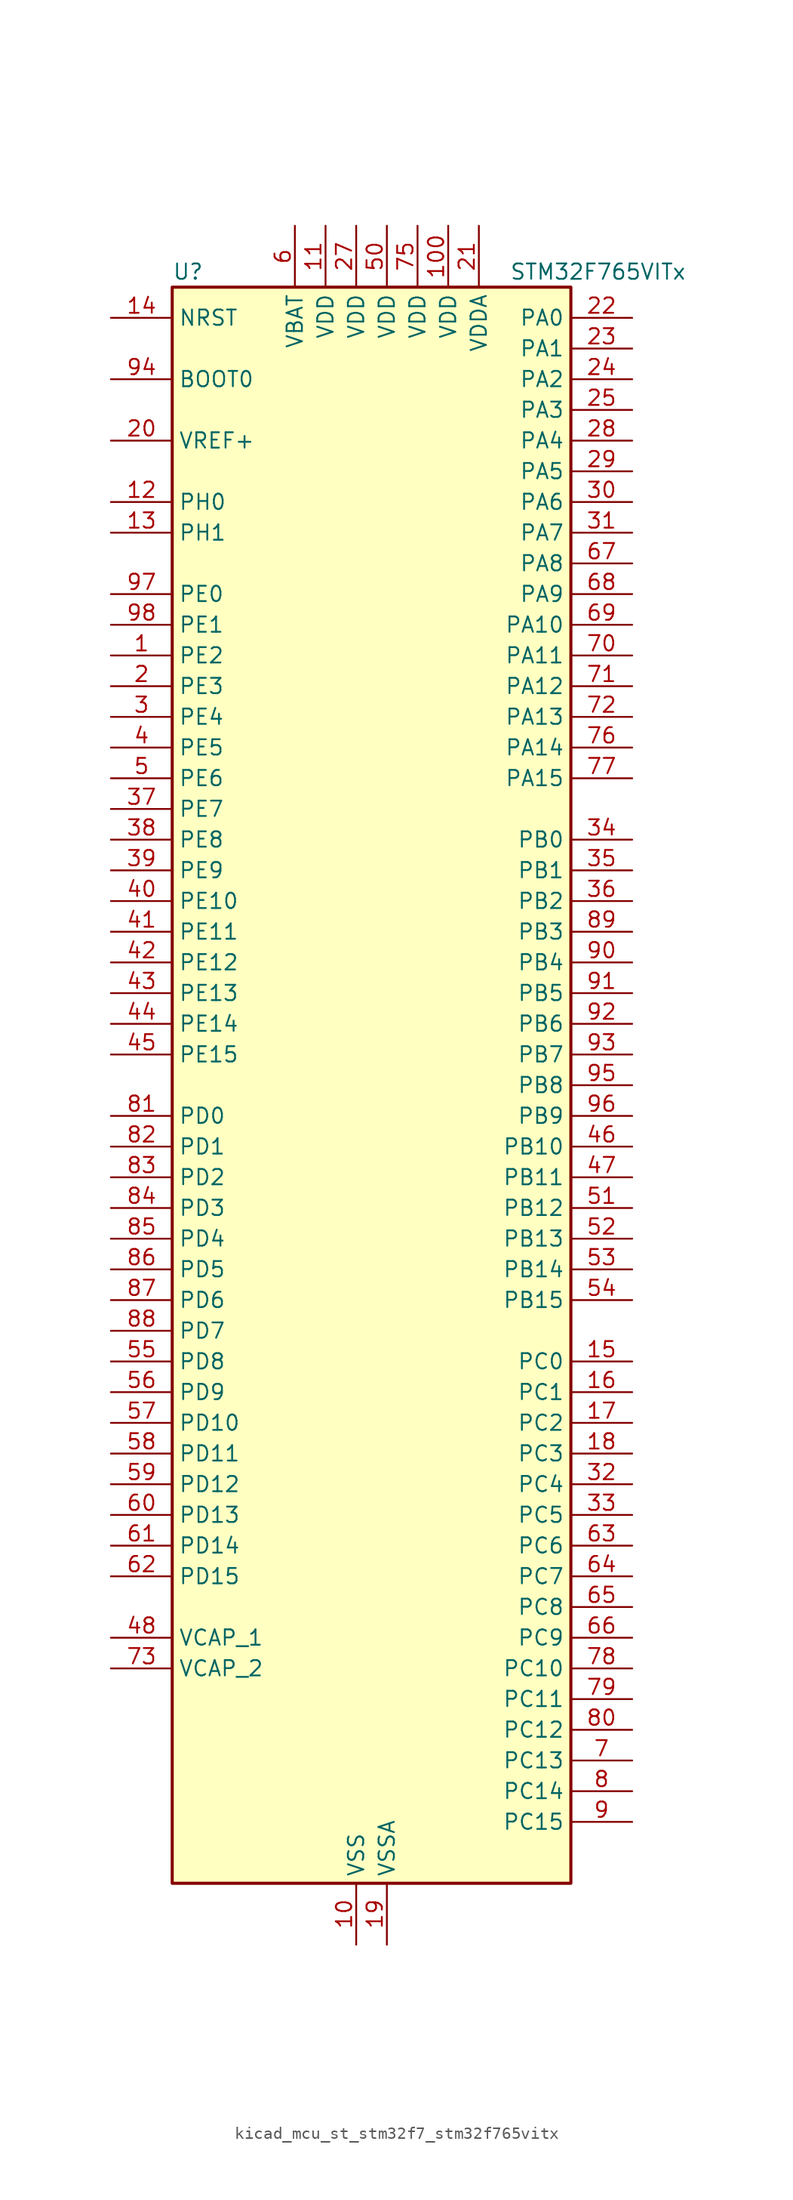
<source format=kicad_sym>
(kicad_symbol_lib
  (version 20220914)
  (generator kicad_symbol_editor)
  (symbol "kicad_mcu_st_stm32f7_stm32f765vitx"
    (property "Reference" "U"
      (at -15.24 67.31 0)
      (effects (font (size 1.27 1.27)) (justify left)))
    (property "Value" "STM32F765VITx"
      (at 12.7 67.31 0)
      (effects (font (size 1.27 1.27)) (justify left)))
    (property "ki_locked" ""
      (at 0 0 0)
      (effects (font (size 1.27 1.27))))
    (symbol "kicad_mcu_st_stm32f7_stm32f765vitx_0_1"
      (rectangle (start -15.24 -66.04) (end 17.78 66.04) (stroke (width 0.254) (type default)) (fill (type background))))
    (symbol "kicad_mcu_st_stm32f7_stm32f765vitx_1_1"
      (pin bidirectional line (at -20.32 35.56 0) (length 5.08) (name "PE2" (effects (font (size 1.27 1.27)))) (number "1" (effects (font (size 1.27 1.27)))) (alternate "ETH_TXD3" bidirectional line) (alternate "FMC_A23" bidirectional line) (alternate "QUADSPI_BK1_IO2" bidirectional line) (alternate "SAI1_MCLK_A" bidirectional line) (alternate "SPI4_SCK" bidirectional line) (alternate "SYS_TRACECLK" bidirectional line))
      (pin power_in line (at 0 -71.12 90) (length 5.08) (name "VSS" (effects (font (size 1.27 1.27)))) (number "10" (effects (font (size 1.27 1.27)))))
      (pin power_in line (at 7.62 71.12 270) (length 5.08) (name "VDD" (effects (font (size 1.27 1.27)))) (number "100" (effects (font (size 1.27 1.27)))))
      (pin power_in line (at -2.54 71.12 270) (length 5.08) (name "VDD" (effects (font (size 1.27 1.27)))) (number "11" (effects (font (size 1.27 1.27)))))
      (pin bidirectional line (at -20.32 48.26 0) (length 5.08) (name "PH0" (effects (font (size 1.27 1.27)))) (number "12" (effects (font (size 1.27 1.27)))) (alternate "RCC_OSC_IN" bidirectional line))
      (pin bidirectional line (at -20.32 45.72 0) (length 5.08) (name "PH1" (effects (font (size 1.27 1.27)))) (number "13" (effects (font (size 1.27 1.27)))) (alternate "RCC_OSC_OUT" bidirectional line))
      (pin input line (at -20.32 63.5 0) (length 5.08) (name "NRST" (effects (font (size 1.27 1.27)))) (number "14" (effects (font (size 1.27 1.27)))))
      (pin bidirectional line (at 22.86 -22.86 180) (length 5.08) (name "PC0" (effects (font (size 1.27 1.27)))) (number "15" (effects (font (size 1.27 1.27)))) (alternate "ADC1_IN10" bidirectional line) (alternate "ADC2_IN10" bidirectional line) (alternate "ADC3_IN10" bidirectional line) (alternate "DFSDM1_CKIN0" bidirectional line) (alternate "DFSDM1_DATIN4" bidirectional line) (alternate "FMC_SDNWE" bidirectional line) (alternate "SAI2_FS_B" bidirectional line) (alternate "USB_OTG_HS_ULPI_STP" bidirectional line))
      (pin bidirectional line (at 22.86 -25.4 180) (length 5.08) (name "PC1" (effects (font (size 1.27 1.27)))) (number "16" (effects (font (size 1.27 1.27)))) (alternate "ADC1_IN11" bidirectional line) (alternate "ADC2_IN11" bidirectional line) (alternate "ADC3_IN11" bidirectional line) (alternate "DFSDM1_CKIN4" bidirectional line) (alternate "DFSDM1_DATIN0" bidirectional line) (alternate "ETH_MDC" bidirectional line) (alternate "I2S2_SD" bidirectional line) (alternate "MDIOS_MDC" bidirectional line) (alternate "RTC_TAMP3" bidirectional line) (alternate "RTC_TS" bidirectional line) (alternate "SAI1_SD_A" bidirectional line) (alternate "SPI2_MOSI" bidirectional line) (alternate "SYS_TRACED0" bidirectional line) (alternate "SYS_WKUP3" bidirectional line))
      (pin bidirectional line (at 22.86 -27.94 180) (length 5.08) (name "PC2" (effects (font (size 1.27 1.27)))) (number "17" (effects (font (size 1.27 1.27)))) (alternate "ADC1_IN12" bidirectional line) (alternate "ADC2_IN12" bidirectional line) (alternate "ADC3_IN12" bidirectional line) (alternate "DFSDM1_CKIN1" bidirectional line) (alternate "DFSDM1_CKOUT" bidirectional line) (alternate "ETH_TXD2" bidirectional line) (alternate "FMC_SDNE0" bidirectional line) (alternate "SPI2_MISO" bidirectional line) (alternate "USB_OTG_HS_ULPI_DIR" bidirectional line))
      (pin bidirectional line (at 22.86 -30.48 180) (length 5.08) (name "PC3" (effects (font (size 1.27 1.27)))) (number "18" (effects (font (size 1.27 1.27)))) (alternate "ADC1_IN13" bidirectional line) (alternate "ADC2_IN13" bidirectional line) (alternate "ADC3_IN13" bidirectional line) (alternate "DFSDM1_DATIN1" bidirectional line) (alternate "ETH_TX_CLK" bidirectional line) (alternate "FMC_SDCKE0" bidirectional line) (alternate "I2S2_SD" bidirectional line) (alternate "SPI2_MOSI" bidirectional line) (alternate "USB_OTG_HS_ULPI_NXT" bidirectional line))
      (pin power_in line (at 2.54 -71.12 90) (length 5.08) (name "VSSA" (effects (font (size 1.27 1.27)))) (number "19" (effects (font (size 1.27 1.27)))))
      (pin bidirectional line (at -20.32 33.02 0) (length 5.08) (name "PE3" (effects (font (size 1.27 1.27)))) (number "2" (effects (font (size 1.27 1.27)))) (alternate "FMC_A19" bidirectional line) (alternate "SAI1_SD_B" bidirectional line) (alternate "SYS_TRACED0" bidirectional line))
      (pin input line (at -20.32 53.34 0) (length 5.08) (name "VREF+" (effects (font (size 1.27 1.27)))) (number "20" (effects (font (size 1.27 1.27)))))
      (pin power_in line (at 10.16 71.12 270) (length 5.08) (name "VDDA" (effects (font (size 1.27 1.27)))) (number "21" (effects (font (size 1.27 1.27)))))
      (pin bidirectional line (at 22.86 63.5 180) (length 5.08) (name "PA0" (effects (font (size 1.27 1.27)))) (number "22" (effects (font (size 1.27 1.27)))) (alternate "ADC1_IN0" bidirectional line) (alternate "ADC2_IN0" bidirectional line) (alternate "ADC3_IN0" bidirectional line) (alternate "ETH_CRS" bidirectional line) (alternate "SAI2_SD_B" bidirectional line) (alternate "SYS_WKUP1" bidirectional line) (alternate "TIM2_CH1" bidirectional line) (alternate "TIM2_ETR" bidirectional line) (alternate "TIM5_CH1" bidirectional line) (alternate "TIM8_ETR" bidirectional line) (alternate "UART4_TX" bidirectional line) (alternate "USART2_CTS" bidirectional line))
      (pin bidirectional line (at 22.86 60.96 180) (length 5.08) (name "PA1" (effects (font (size 1.27 1.27)))) (number "23" (effects (font (size 1.27 1.27)))) (alternate "ADC1_IN1" bidirectional line) (alternate "ADC2_IN1" bidirectional line) (alternate "ADC3_IN1" bidirectional line) (alternate "ETH_REF_CLK" bidirectional line) (alternate "ETH_RX_CLK" bidirectional line) (alternate "QUADSPI_BK1_IO3" bidirectional line) (alternate "SAI2_MCLK_B" bidirectional line) (alternate "TIM2_CH2" bidirectional line) (alternate "TIM5_CH2" bidirectional line) (alternate "UART4_RX" bidirectional line) (alternate "USART2_DE" bidirectional line) (alternate "USART2_RTS" bidirectional line))
      (pin bidirectional line (at 22.86 58.42 180) (length 5.08) (name "PA2" (effects (font (size 1.27 1.27)))) (number "24" (effects (font (size 1.27 1.27)))) (alternate "ADC1_IN2" bidirectional line) (alternate "ADC2_IN2" bidirectional line) (alternate "ADC3_IN2" bidirectional line) (alternate "ETH_MDIO" bidirectional line) (alternate "MDIOS_MDIO" bidirectional line) (alternate "SAI2_SCK_B" bidirectional line) (alternate "SYS_WKUP2" bidirectional line) (alternate "TIM2_CH3" bidirectional line) (alternate "TIM5_CH3" bidirectional line) (alternate "TIM9_CH1" bidirectional line) (alternate "USART2_TX" bidirectional line))
      (pin bidirectional line (at 22.86 55.88 180) (length 5.08) (name "PA3" (effects (font (size 1.27 1.27)))) (number "25" (effects (font (size 1.27 1.27)))) (alternate "ADC1_IN3" bidirectional line) (alternate "ADC2_IN3" bidirectional line) (alternate "ADC3_IN3" bidirectional line) (alternate "ETH_COL" bidirectional line) (alternate "TIM2_CH4" bidirectional line) (alternate "TIM5_CH4" bidirectional line) (alternate "TIM9_CH2" bidirectional line) (alternate "USART2_RX" bidirectional line) (alternate "USB_OTG_HS_ULPI_D0" bidirectional line))
      (pin passive line (at 0 -71.12 90) (length 5.08) hide (name "VSS" (effects (font (size 1.27 1.27)))) (number "26" (effects (font (size 1.27 1.27)))))
      (pin power_in line (at 0 71.12 270) (length 5.08) (name "VDD" (effects (font (size 1.27 1.27)))) (number "27" (effects (font (size 1.27 1.27)))))
      (pin bidirectional line (at 22.86 53.34 180) (length 5.08) (name "PA4" (effects (font (size 1.27 1.27)))) (number "28" (effects (font (size 1.27 1.27)))) (alternate "ADC1_IN4" bidirectional line) (alternate "ADC2_IN4" bidirectional line) (alternate "DAC_OUT1" bidirectional line) (alternate "DCMI_HSYNC" bidirectional line) (alternate "I2S1_WS" bidirectional line) (alternate "I2S3_WS" bidirectional line) (alternate "SPI1_NSS" bidirectional line) (alternate "SPI3_NSS" bidirectional line) (alternate "SPI6_NSS" bidirectional line) (alternate "USART2_CK" bidirectional line) (alternate "USB_OTG_HS_SOF" bidirectional line))
      (pin bidirectional line (at 22.86 50.8 180) (length 5.08) (name "PA5" (effects (font (size 1.27 1.27)))) (number "29" (effects (font (size 1.27 1.27)))) (alternate "ADC1_IN5" bidirectional line) (alternate "ADC2_IN5" bidirectional line) (alternate "DAC_OUT2" bidirectional line) (alternate "I2S1_CK" bidirectional line) (alternate "SPI1_SCK" bidirectional line) (alternate "SPI6_SCK" bidirectional line) (alternate "TIM2_CH1" bidirectional line) (alternate "TIM2_ETR" bidirectional line) (alternate "TIM8_CH1N" bidirectional line) (alternate "USB_OTG_HS_ULPI_CK" bidirectional line))
      (pin bidirectional line (at -20.32 30.48 0) (length 5.08) (name "PE4" (effects (font (size 1.27 1.27)))) (number "3" (effects (font (size 1.27 1.27)))) (alternate "DCMI_D4" bidirectional line) (alternate "DFSDM1_DATIN3" bidirectional line) (alternate "FMC_A20" bidirectional line) (alternate "SAI1_FS_A" bidirectional line) (alternate "SPI4_NSS" bidirectional line) (alternate "SYS_TRACED1" bidirectional line))
      (pin bidirectional line (at 22.86 48.26 180) (length 5.08) (name "PA6" (effects (font (size 1.27 1.27)))) (number "30" (effects (font (size 1.27 1.27)))) (alternate "ADC1_IN6" bidirectional line) (alternate "ADC2_IN6" bidirectional line) (alternate "DCMI_PIXCLK" bidirectional line) (alternate "MDIOS_MDC" bidirectional line) (alternate "SPI1_MISO" bidirectional line) (alternate "SPI6_MISO" bidirectional line) (alternate "TIM13_CH1" bidirectional line) (alternate "TIM1_BKIN" bidirectional line) (alternate "TIM3_CH1" bidirectional line) (alternate "TIM8_BKIN" bidirectional line))
      (pin bidirectional line (at 22.86 45.72 180) (length 5.08) (name "PA7" (effects (font (size 1.27 1.27)))) (number "31" (effects (font (size 1.27 1.27)))) (alternate "ADC1_IN7" bidirectional line) (alternate "ADC2_IN7" bidirectional line) (alternate "ETH_CRS_DV" bidirectional line) (alternate "ETH_RX_DV" bidirectional line) (alternate "FMC_SDNWE" bidirectional line) (alternate "I2S1_SD" bidirectional line) (alternate "SPI1_MOSI" bidirectional line) (alternate "SPI6_MOSI" bidirectional line) (alternate "TIM14_CH1" bidirectional line) (alternate "TIM1_CH1N" bidirectional line) (alternate "TIM3_CH2" bidirectional line) (alternate "TIM8_CH1N" bidirectional line))
      (pin bidirectional line (at 22.86 -33.02 180) (length 5.08) (name "PC4" (effects (font (size 1.27 1.27)))) (number "32" (effects (font (size 1.27 1.27)))) (alternate "ADC1_IN14" bidirectional line) (alternate "ADC2_IN14" bidirectional line) (alternate "DFSDM1_CKIN2" bidirectional line) (alternate "ETH_RXD0" bidirectional line) (alternate "FMC_SDNE0" bidirectional line) (alternate "I2S1_MCK" bidirectional line) (alternate "SPDIFRX_IN2" bidirectional line))
      (pin bidirectional line (at 22.86 -35.56 180) (length 5.08) (name "PC5" (effects (font (size 1.27 1.27)))) (number "33" (effects (font (size 1.27 1.27)))) (alternate "ADC1_IN15" bidirectional line) (alternate "ADC2_IN15" bidirectional line) (alternate "DFSDM1_DATIN2" bidirectional line) (alternate "ETH_RXD1" bidirectional line) (alternate "FMC_SDCKE0" bidirectional line) (alternate "SPDIFRX_IN3" bidirectional line))
      (pin bidirectional line (at 22.86 20.32 180) (length 5.08) (name "PB0" (effects (font (size 1.27 1.27)))) (number "34" (effects (font (size 1.27 1.27)))) (alternate "ADC1_IN8" bidirectional line) (alternate "ADC2_IN8" bidirectional line) (alternate "DFSDM1_CKOUT" bidirectional line) (alternate "ETH_RXD2" bidirectional line) (alternate "TIM1_CH2N" bidirectional line) (alternate "TIM3_CH3" bidirectional line) (alternate "TIM8_CH2N" bidirectional line) (alternate "UART4_CTS" bidirectional line) (alternate "USB_OTG_HS_ULPI_D1" bidirectional line))
      (pin bidirectional line (at 22.86 17.78 180) (length 5.08) (name "PB1" (effects (font (size 1.27 1.27)))) (number "35" (effects (font (size 1.27 1.27)))) (alternate "ADC1_IN9" bidirectional line) (alternate "ADC2_IN9" bidirectional line) (alternate "DFSDM1_DATIN1" bidirectional line) (alternate "ETH_RXD3" bidirectional line) (alternate "TIM1_CH3N" bidirectional line) (alternate "TIM3_CH4" bidirectional line) (alternate "TIM8_CH3N" bidirectional line) (alternate "USB_OTG_HS_ULPI_D2" bidirectional line))
      (pin bidirectional line (at 22.86 15.24 180) (length 5.08) (name "PB2" (effects (font (size 1.27 1.27)))) (number "36" (effects (font (size 1.27 1.27)))) (alternate "DFSDM1_CKIN1" bidirectional line) (alternate "I2S3_SD" bidirectional line) (alternate "QUADSPI_CLK" bidirectional line) (alternate "SAI1_SD_A" bidirectional line) (alternate "SPI3_MOSI" bidirectional line))
      (pin bidirectional line (at -20.32 22.86 0) (length 5.08) (name "PE7" (effects (font (size 1.27 1.27)))) (number "37" (effects (font (size 1.27 1.27)))) (alternate "DFSDM1_DATIN2" bidirectional line) (alternate "FMC_D4" bidirectional line) (alternate "FMC_DA4" bidirectional line) (alternate "QUADSPI_BK2_IO0" bidirectional line) (alternate "TIM1_ETR" bidirectional line) (alternate "UART7_RX" bidirectional line))
      (pin bidirectional line (at -20.32 20.32 0) (length 5.08) (name "PE8" (effects (font (size 1.27 1.27)))) (number "38" (effects (font (size 1.27 1.27)))) (alternate "DFSDM1_CKIN2" bidirectional line) (alternate "FMC_D5" bidirectional line) (alternate "FMC_DA5" bidirectional line) (alternate "QUADSPI_BK2_IO1" bidirectional line) (alternate "TIM1_CH1N" bidirectional line) (alternate "UART7_TX" bidirectional line))
      (pin bidirectional line (at -20.32 17.78 0) (length 5.08) (name "PE9" (effects (font (size 1.27 1.27)))) (number "39" (effects (font (size 1.27 1.27)))) (alternate "DAC_EXTI9" bidirectional line) (alternate "DFSDM1_CKOUT" bidirectional line) (alternate "FMC_D6" bidirectional line) (alternate "FMC_DA6" bidirectional line) (alternate "QUADSPI_BK2_IO2" bidirectional line) (alternate "TIM1_CH1" bidirectional line) (alternate "UART7_DE" bidirectional line) (alternate "UART7_RTS" bidirectional line))
      (pin bidirectional line (at -20.32 27.94 0) (length 5.08) (name "PE5" (effects (font (size 1.27 1.27)))) (number "4" (effects (font (size 1.27 1.27)))) (alternate "DCMI_D6" bidirectional line) (alternate "DFSDM1_CKIN3" bidirectional line) (alternate "FMC_A21" bidirectional line) (alternate "SAI1_SCK_A" bidirectional line) (alternate "SPI4_MISO" bidirectional line) (alternate "SYS_TRACED2" bidirectional line) (alternate "TIM9_CH1" bidirectional line))
      (pin bidirectional line (at -20.32 15.24 0) (length 5.08) (name "PE10" (effects (font (size 1.27 1.27)))) (number "40" (effects (font (size 1.27 1.27)))) (alternate "DFSDM1_DATIN4" bidirectional line) (alternate "FMC_D7" bidirectional line) (alternate "FMC_DA7" bidirectional line) (alternate "QUADSPI_BK2_IO3" bidirectional line) (alternate "TIM1_CH2N" bidirectional line) (alternate "UART7_CTS" bidirectional line))
      (pin bidirectional line (at -20.32 12.7 0) (length 5.08) (name "PE11" (effects (font (size 1.27 1.27)))) (number "41" (effects (font (size 1.27 1.27)))) (alternate "ADC1_EXTI11" bidirectional line) (alternate "ADC2_EXTI11" bidirectional line) (alternate "ADC3_EXTI11" bidirectional line) (alternate "DFSDM1_CKIN4" bidirectional line) (alternate "FMC_D8" bidirectional line) (alternate "FMC_DA8" bidirectional line) (alternate "SAI2_SD_B" bidirectional line) (alternate "SPI4_NSS" bidirectional line) (alternate "TIM1_CH2" bidirectional line))
      (pin bidirectional line (at -20.32 10.16 0) (length 5.08) (name "PE12" (effects (font (size 1.27 1.27)))) (number "42" (effects (font (size 1.27 1.27)))) (alternate "DFSDM1_DATIN5" bidirectional line) (alternate "FMC_D9" bidirectional line) (alternate "FMC_DA9" bidirectional line) (alternate "SAI2_SCK_B" bidirectional line) (alternate "SPI4_SCK" bidirectional line) (alternate "TIM1_CH3N" bidirectional line))
      (pin bidirectional line (at -20.32 7.62 0) (length 5.08) (name "PE13" (effects (font (size 1.27 1.27)))) (number "43" (effects (font (size 1.27 1.27)))) (alternate "DFSDM1_CKIN5" bidirectional line) (alternate "FMC_D10" bidirectional line) (alternate "FMC_DA10" bidirectional line) (alternate "SAI2_FS_B" bidirectional line) (alternate "SPI4_MISO" bidirectional line) (alternate "TIM1_CH3" bidirectional line))
      (pin bidirectional line (at -20.32 5.08 0) (length 5.08) (name "PE14" (effects (font (size 1.27 1.27)))) (number "44" (effects (font (size 1.27 1.27)))) (alternate "FMC_D11" bidirectional line) (alternate "FMC_DA11" bidirectional line) (alternate "SAI2_MCLK_B" bidirectional line) (alternate "SPI4_MOSI" bidirectional line) (alternate "TIM1_CH4" bidirectional line))
      (pin bidirectional line (at -20.32 2.54 0) (length 5.08) (name "PE15" (effects (font (size 1.27 1.27)))) (number "45" (effects (font (size 1.27 1.27)))) (alternate "FMC_D12" bidirectional line) (alternate "FMC_DA12" bidirectional line) (alternate "TIM1_BKIN" bidirectional line))
      (pin bidirectional line (at 22.86 -5.08 180) (length 5.08) (name "PB10" (effects (font (size 1.27 1.27)))) (number "46" (effects (font (size 1.27 1.27)))) (alternate "DFSDM1_DATIN7" bidirectional line) (alternate "ETH_RX_ER" bidirectional line) (alternate "I2C2_SCL" bidirectional line) (alternate "I2S2_CK" bidirectional line) (alternate "QUADSPI_BK1_NCS" bidirectional line) (alternate "SPI2_SCK" bidirectional line) (alternate "TIM2_CH3" bidirectional line) (alternate "USART3_TX" bidirectional line) (alternate "USB_OTG_HS_ULPI_D3" bidirectional line))
      (pin bidirectional line (at 22.86 -7.62 180) (length 5.08) (name "PB11" (effects (font (size 1.27 1.27)))) (number "47" (effects (font (size 1.27 1.27)))) (alternate "ADC1_EXTI11" bidirectional line) (alternate "ADC2_EXTI11" bidirectional line) (alternate "ADC3_EXTI11" bidirectional line) (alternate "DFSDM1_CKIN7" bidirectional line) (alternate "ETH_TX_EN" bidirectional line) (alternate "I2C2_SDA" bidirectional line) (alternate "TIM2_CH4" bidirectional line) (alternate "USART3_RX" bidirectional line) (alternate "USB_OTG_HS_ULPI_D4" bidirectional line))
      (pin power_out line (at -20.32 -45.72 0) (length 5.08) (name "VCAP_1" (effects (font (size 1.27 1.27)))) (number "48" (effects (font (size 1.27 1.27)))))
      (pin passive line (at 0 -71.12 90) (length 5.08) hide (name "VSS" (effects (font (size 1.27 1.27)))) (number "49" (effects (font (size 1.27 1.27)))))
      (pin bidirectional line (at -20.32 25.4 0) (length 5.08) (name "PE6" (effects (font (size 1.27 1.27)))) (number "5" (effects (font (size 1.27 1.27)))) (alternate "DCMI_D7" bidirectional line) (alternate "FMC_A22" bidirectional line) (alternate "SAI1_SD_A" bidirectional line) (alternate "SAI2_MCLK_B" bidirectional line) (alternate "SPI4_MOSI" bidirectional line) (alternate "SYS_TRACED3" bidirectional line) (alternate "TIM1_BKIN2" bidirectional line) (alternate "TIM9_CH2" bidirectional line))
      (pin power_in line (at 2.54 71.12 270) (length 5.08) (name "VDD" (effects (font (size 1.27 1.27)))) (number "50" (effects (font (size 1.27 1.27)))))
      (pin bidirectional line (at 22.86 -10.16 180) (length 5.08) (name "PB12" (effects (font (size 1.27 1.27)))) (number "51" (effects (font (size 1.27 1.27)))) (alternate "CAN2_RX" bidirectional line) (alternate "DFSDM1_DATIN1" bidirectional line) (alternate "ETH_TXD0" bidirectional line) (alternate "I2C2_SMBA" bidirectional line) (alternate "I2S2_WS" bidirectional line) (alternate "SPI2_NSS" bidirectional line) (alternate "TIM1_BKIN" bidirectional line) (alternate "UART5_RX" bidirectional line) (alternate "USART3_CK" bidirectional line) (alternate "USB_OTG_HS_ID" bidirectional line) (alternate "USB_OTG_HS_ULPI_D5" bidirectional line))
      (pin bidirectional line (at 22.86 -12.7 180) (length 5.08) (name "PB13" (effects (font (size 1.27 1.27)))) (number "52" (effects (font (size 1.27 1.27)))) (alternate "CAN2_TX" bidirectional line) (alternate "DFSDM1_CKIN1" bidirectional line) (alternate "ETH_TXD1" bidirectional line) (alternate "I2S2_CK" bidirectional line) (alternate "SPI2_SCK" bidirectional line) (alternate "TIM1_CH1N" bidirectional line) (alternate "UART5_TX" bidirectional line) (alternate "USART3_CTS" bidirectional line) (alternate "USB_OTG_HS_ULPI_D6" bidirectional line) (alternate "USB_OTG_HS_VBUS" bidirectional line))
      (pin bidirectional line (at 22.86 -15.24 180) (length 5.08) (name "PB14" (effects (font (size 1.27 1.27)))) (number "53" (effects (font (size 1.27 1.27)))) (alternate "DFSDM1_DATIN2" bidirectional line) (alternate "SDMMC2_D0" bidirectional line) (alternate "SPI2_MISO" bidirectional line) (alternate "TIM12_CH1" bidirectional line) (alternate "TIM1_CH2N" bidirectional line) (alternate "TIM8_CH2N" bidirectional line) (alternate "UART4_DE" bidirectional line) (alternate "UART4_RTS" bidirectional line) (alternate "USART1_TX" bidirectional line) (alternate "USART3_DE" bidirectional line) (alternate "USART3_RTS" bidirectional line) (alternate "USB_OTG_HS_DM" bidirectional line))
      (pin bidirectional line (at 22.86 -17.78 180) (length 5.08) (name "PB15" (effects (font (size 1.27 1.27)))) (number "54" (effects (font (size 1.27 1.27)))) (alternate "DFSDM1_CKIN2" bidirectional line) (alternate "I2S2_SD" bidirectional line) (alternate "RTC_REFIN" bidirectional line) (alternate "SDMMC2_D1" bidirectional line) (alternate "SPI2_MOSI" bidirectional line) (alternate "TIM12_CH2" bidirectional line) (alternate "TIM1_CH3N" bidirectional line) (alternate "TIM8_CH3N" bidirectional line) (alternate "UART4_CTS" bidirectional line) (alternate "USART1_RX" bidirectional line) (alternate "USB_OTG_HS_DP" bidirectional line))
      (pin bidirectional line (at -20.32 -22.86 0) (length 5.08) (name "PD8" (effects (font (size 1.27 1.27)))) (number "55" (effects (font (size 1.27 1.27)))) (alternate "DFSDM1_CKIN3" bidirectional line) (alternate "FMC_D13" bidirectional line) (alternate "FMC_DA13" bidirectional line) (alternate "SPDIFRX_IN1" bidirectional line) (alternate "USART3_TX" bidirectional line))
      (pin bidirectional line (at -20.32 -25.4 0) (length 5.08) (name "PD9" (effects (font (size 1.27 1.27)))) (number "56" (effects (font (size 1.27 1.27)))) (alternate "DAC_EXTI9" bidirectional line) (alternate "DFSDM1_DATIN3" bidirectional line) (alternate "FMC_D14" bidirectional line) (alternate "FMC_DA14" bidirectional line) (alternate "USART3_RX" bidirectional line))
      (pin bidirectional line (at -20.32 -27.94 0) (length 5.08) (name "PD10" (effects (font (size 1.27 1.27)))) (number "57" (effects (font (size 1.27 1.27)))) (alternate "DFSDM1_CKOUT" bidirectional line) (alternate "FMC_D15" bidirectional line) (alternate "FMC_DA15" bidirectional line) (alternate "USART3_CK" bidirectional line))
      (pin bidirectional line (at -20.32 -30.48 0) (length 5.08) (name "PD11" (effects (font (size 1.27 1.27)))) (number "58" (effects (font (size 1.27 1.27)))) (alternate "ADC1_EXTI11" bidirectional line) (alternate "ADC2_EXTI11" bidirectional line) (alternate "ADC3_EXTI11" bidirectional line) (alternate "FMC_A16" bidirectional line) (alternate "FMC_CLE" bidirectional line) (alternate "I2C4_SMBA" bidirectional line) (alternate "QUADSPI_BK1_IO0" bidirectional line) (alternate "SAI2_SD_A" bidirectional line) (alternate "USART3_CTS" bidirectional line))
      (pin bidirectional line (at -20.32 -33.02 0) (length 5.08) (name "PD12" (effects (font (size 1.27 1.27)))) (number "59" (effects (font (size 1.27 1.27)))) (alternate "FMC_A17" bidirectional line) (alternate "FMC_ALE" bidirectional line) (alternate "I2C4_SCL" bidirectional line) (alternate "LPTIM1_IN1" bidirectional line) (alternate "QUADSPI_BK1_IO1" bidirectional line) (alternate "SAI2_FS_A" bidirectional line) (alternate "TIM4_CH1" bidirectional line) (alternate "USART3_DE" bidirectional line) (alternate "USART3_RTS" bidirectional line))
      (pin power_in line (at -5.08 71.12 270) (length 5.08) (name "VBAT" (effects (font (size 1.27 1.27)))) (number "6" (effects (font (size 1.27 1.27)))))
      (pin bidirectional line (at -20.32 -35.56 0) (length 5.08) (name "PD13" (effects (font (size 1.27 1.27)))) (number "60" (effects (font (size 1.27 1.27)))) (alternate "FMC_A18" bidirectional line) (alternate "I2C4_SDA" bidirectional line) (alternate "LPTIM1_OUT" bidirectional line) (alternate "QUADSPI_BK1_IO3" bidirectional line) (alternate "SAI2_SCK_A" bidirectional line) (alternate "TIM4_CH2" bidirectional line))
      (pin bidirectional line (at -20.32 -38.1 0) (length 5.08) (name "PD14" (effects (font (size 1.27 1.27)))) (number "61" (effects (font (size 1.27 1.27)))) (alternate "FMC_D0" bidirectional line) (alternate "FMC_DA0" bidirectional line) (alternate "TIM4_CH3" bidirectional line) (alternate "UART8_CTS" bidirectional line))
      (pin bidirectional line (at -20.32 -40.64 0) (length 5.08) (name "PD15" (effects (font (size 1.27 1.27)))) (number "62" (effects (font (size 1.27 1.27)))) (alternate "FMC_D1" bidirectional line) (alternate "FMC_DA1" bidirectional line) (alternate "TIM4_CH4" bidirectional line) (alternate "UART8_DE" bidirectional line) (alternate "UART8_RTS" bidirectional line))
      (pin bidirectional line (at 22.86 -38.1 180) (length 5.08) (name "PC6" (effects (font (size 1.27 1.27)))) (number "63" (effects (font (size 1.27 1.27)))) (alternate "DCMI_D0" bidirectional line) (alternate "DFSDM1_CKIN3" bidirectional line) (alternate "FMC_NWAIT" bidirectional line) (alternate "I2S2_MCK" bidirectional line) (alternate "SDMMC1_D6" bidirectional line) (alternate "SDMMC2_D6" bidirectional line) (alternate "TIM3_CH1" bidirectional line) (alternate "TIM8_CH1" bidirectional line) (alternate "USART6_TX" bidirectional line))
      (pin bidirectional line (at 22.86 -40.64 180) (length 5.08) (name "PC7" (effects (font (size 1.27 1.27)))) (number "64" (effects (font (size 1.27 1.27)))) (alternate "DCMI_D1" bidirectional line) (alternate "DFSDM1_DATIN3" bidirectional line) (alternate "FMC_NE1" bidirectional line) (alternate "I2S3_MCK" bidirectional line) (alternate "SDMMC1_D7" bidirectional line) (alternate "SDMMC2_D7" bidirectional line) (alternate "TIM3_CH2" bidirectional line) (alternate "TIM8_CH2" bidirectional line) (alternate "USART6_RX" bidirectional line))
      (pin bidirectional line (at 22.86 -43.18 180) (length 5.08) (name "PC8" (effects (font (size 1.27 1.27)))) (number "65" (effects (font (size 1.27 1.27)))) (alternate "DCMI_D2" bidirectional line) (alternate "FMC_NCE" bidirectional line) (alternate "FMC_NE2" bidirectional line) (alternate "SDMMC1_D0" bidirectional line) (alternate "SYS_TRACED1" bidirectional line) (alternate "TIM3_CH3" bidirectional line) (alternate "TIM8_CH3" bidirectional line) (alternate "UART5_DE" bidirectional line) (alternate "UART5_RTS" bidirectional line) (alternate "USART6_CK" bidirectional line))
      (pin bidirectional line (at 22.86 -45.72 180) (length 5.08) (name "PC9" (effects (font (size 1.27 1.27)))) (number "66" (effects (font (size 1.27 1.27)))) (alternate "DAC_EXTI9" bidirectional line) (alternate "DCMI_D3" bidirectional line) (alternate "I2C3_SDA" bidirectional line) (alternate "I2S_CKIN" bidirectional line) (alternate "QUADSPI_BK1_IO0" bidirectional line) (alternate "RCC_MCO_2" bidirectional line) (alternate "SDMMC1_D1" bidirectional line) (alternate "TIM3_CH4" bidirectional line) (alternate "TIM8_CH4" bidirectional line) (alternate "UART5_CTS" bidirectional line))
      (pin bidirectional line (at 22.86 43.18 180) (length 5.08) (name "PA8" (effects (font (size 1.27 1.27)))) (number "67" (effects (font (size 1.27 1.27)))) (alternate "CAN3_RX" bidirectional line) (alternate "I2C3_SCL" bidirectional line) (alternate "RCC_MCO_1" bidirectional line) (alternate "TIM1_CH1" bidirectional line) (alternate "TIM8_BKIN2" bidirectional line) (alternate "UART7_RX" bidirectional line) (alternate "USART1_CK" bidirectional line) (alternate "USB_OTG_FS_SOF" bidirectional line))
      (pin bidirectional line (at 22.86 40.64 180) (length 5.08) (name "PA9" (effects (font (size 1.27 1.27)))) (number "68" (effects (font (size 1.27 1.27)))) (alternate "DAC_EXTI9" bidirectional line) (alternate "DCMI_D0" bidirectional line) (alternate "I2C3_SMBA" bidirectional line) (alternate "I2S2_CK" bidirectional line) (alternate "SPI2_SCK" bidirectional line) (alternate "TIM1_CH2" bidirectional line) (alternate "USART1_TX" bidirectional line) (alternate "USB_OTG_FS_VBUS" bidirectional line))
      (pin bidirectional line (at 22.86 38.1 180) (length 5.08) (name "PA10" (effects (font (size 1.27 1.27)))) (number "69" (effects (font (size 1.27 1.27)))) (alternate "DCMI_D1" bidirectional line) (alternate "MDIOS_MDIO" bidirectional line) (alternate "TIM1_CH3" bidirectional line) (alternate "USART1_RX" bidirectional line) (alternate "USB_OTG_FS_ID" bidirectional line))
      (pin bidirectional line (at 22.86 -55.88 180) (length 5.08) (name "PC13" (effects (font (size 1.27 1.27)))) (number "7" (effects (font (size 1.27 1.27)))) (alternate "RTC_OUT" bidirectional line) (alternate "RTC_TAMP1" bidirectional line) (alternate "RTC_TS" bidirectional line) (alternate "SYS_WKUP4" bidirectional line))
      (pin bidirectional line (at 22.86 35.56 180) (length 5.08) (name "PA11" (effects (font (size 1.27 1.27)))) (number "70" (effects (font (size 1.27 1.27)))) (alternate "ADC1_EXTI11" bidirectional line) (alternate "ADC2_EXTI11" bidirectional line) (alternate "ADC3_EXTI11" bidirectional line) (alternate "CAN1_RX" bidirectional line) (alternate "I2S2_WS" bidirectional line) (alternate "SPI2_NSS" bidirectional line) (alternate "TIM1_CH4" bidirectional line) (alternate "UART4_RX" bidirectional line) (alternate "USART1_CTS" bidirectional line) (alternate "USB_OTG_FS_DM" bidirectional line))
      (pin bidirectional line (at 22.86 33.02 180) (length 5.08) (name "PA12" (effects (font (size 1.27 1.27)))) (number "71" (effects (font (size 1.27 1.27)))) (alternate "CAN1_TX" bidirectional line) (alternate "I2S2_CK" bidirectional line) (alternate "SAI2_FS_B" bidirectional line) (alternate "SPI2_SCK" bidirectional line) (alternate "TIM1_ETR" bidirectional line) (alternate "UART4_TX" bidirectional line) (alternate "USART1_DE" bidirectional line) (alternate "USART1_RTS" bidirectional line) (alternate "USB_OTG_FS_DP" bidirectional line))
      (pin bidirectional line (at 22.86 30.48 180) (length 5.08) (name "PA13" (effects (font (size 1.27 1.27)))) (number "72" (effects (font (size 1.27 1.27)))) (alternate "SYS_JTMS-SWDIO" bidirectional line))
      (pin power_out line (at -20.32 -48.26 0) (length 5.08) (name "VCAP_2" (effects (font (size 1.27 1.27)))) (number "73" (effects (font (size 1.27 1.27)))))
      (pin passive line (at 0 -71.12 90) (length 5.08) hide (name "VSS" (effects (font (size 1.27 1.27)))) (number "74" (effects (font (size 1.27 1.27)))))
      (pin power_in line (at 5.08 71.12 270) (length 5.08) (name "VDD" (effects (font (size 1.27 1.27)))) (number "75" (effects (font (size 1.27 1.27)))))
      (pin bidirectional line (at 22.86 27.94 180) (length 5.08) (name "PA14" (effects (font (size 1.27 1.27)))) (number "76" (effects (font (size 1.27 1.27)))) (alternate "SYS_JTCK-SWCLK" bidirectional line))
      (pin bidirectional line (at 22.86 25.4 180) (length 5.08) (name "PA15" (effects (font (size 1.27 1.27)))) (number "77" (effects (font (size 1.27 1.27)))) (alternate "CAN3_TX" bidirectional line) (alternate "CEC" bidirectional line) (alternate "I2S1_WS" bidirectional line) (alternate "I2S3_WS" bidirectional line) (alternate "SPI1_NSS" bidirectional line) (alternate "SPI3_NSS" bidirectional line) (alternate "SPI6_NSS" bidirectional line) (alternate "SYS_JTDI" bidirectional line) (alternate "TIM2_CH1" bidirectional line) (alternate "TIM2_ETR" bidirectional line) (alternate "UART4_DE" bidirectional line) (alternate "UART4_RTS" bidirectional line) (alternate "UART7_TX" bidirectional line))
      (pin bidirectional line (at 22.86 -48.26 180) (length 5.08) (name "PC10" (effects (font (size 1.27 1.27)))) (number "78" (effects (font (size 1.27 1.27)))) (alternate "DCMI_D8" bidirectional line) (alternate "DFSDM1_CKIN5" bidirectional line) (alternate "I2S3_CK" bidirectional line) (alternate "QUADSPI_BK1_IO1" bidirectional line) (alternate "SDMMC1_D2" bidirectional line) (alternate "SPI3_SCK" bidirectional line) (alternate "UART4_TX" bidirectional line) (alternate "USART3_TX" bidirectional line))
      (pin bidirectional line (at 22.86 -50.8 180) (length 5.08) (name "PC11" (effects (font (size 1.27 1.27)))) (number "79" (effects (font (size 1.27 1.27)))) (alternate "ADC1_EXTI11" bidirectional line) (alternate "ADC2_EXTI11" bidirectional line) (alternate "ADC3_EXTI11" bidirectional line) (alternate "DCMI_D4" bidirectional line) (alternate "DFSDM1_DATIN5" bidirectional line) (alternate "QUADSPI_BK2_NCS" bidirectional line) (alternate "SDMMC1_D3" bidirectional line) (alternate "SPI3_MISO" bidirectional line) (alternate "UART4_RX" bidirectional line) (alternate "USART3_RX" bidirectional line))
      (pin bidirectional line (at 22.86 -58.42 180) (length 5.08) (name "PC14" (effects (font (size 1.27 1.27)))) (number "8" (effects (font (size 1.27 1.27)))) (alternate "RCC_OSC32_IN" bidirectional line))
      (pin bidirectional line (at 22.86 -53.34 180) (length 5.08) (name "PC12" (effects (font (size 1.27 1.27)))) (number "80" (effects (font (size 1.27 1.27)))) (alternate "DCMI_D9" bidirectional line) (alternate "I2S3_SD" bidirectional line) (alternate "SDMMC1_CK" bidirectional line) (alternate "SPI3_MOSI" bidirectional line) (alternate "SYS_TRACED3" bidirectional line) (alternate "UART5_TX" bidirectional line) (alternate "USART3_CK" bidirectional line))
      (pin bidirectional line (at -20.32 -2.54 0) (length 5.08) (name "PD0" (effects (font (size 1.27 1.27)))) (number "81" (effects (font (size 1.27 1.27)))) (alternate "CAN1_RX" bidirectional line) (alternate "DFSDM1_CKIN6" bidirectional line) (alternate "DFSDM1_DATIN7" bidirectional line) (alternate "FMC_D2" bidirectional line) (alternate "FMC_DA2" bidirectional line) (alternate "UART4_RX" bidirectional line))
      (pin bidirectional line (at -20.32 -5.08 0) (length 5.08) (name "PD1" (effects (font (size 1.27 1.27)))) (number "82" (effects (font (size 1.27 1.27)))) (alternate "CAN1_TX" bidirectional line) (alternate "DFSDM1_CKIN7" bidirectional line) (alternate "DFSDM1_DATIN6" bidirectional line) (alternate "FMC_D3" bidirectional line) (alternate "FMC_DA3" bidirectional line) (alternate "UART4_TX" bidirectional line))
      (pin bidirectional line (at -20.32 -7.62 0) (length 5.08) (name "PD2" (effects (font (size 1.27 1.27)))) (number "83" (effects (font (size 1.27 1.27)))) (alternate "DCMI_D11" bidirectional line) (alternate "SDMMC1_CMD" bidirectional line) (alternate "SYS_TRACED2" bidirectional line) (alternate "TIM3_ETR" bidirectional line) (alternate "UART5_RX" bidirectional line))
      (pin bidirectional line (at -20.32 -10.16 0) (length 5.08) (name "PD3" (effects (font (size 1.27 1.27)))) (number "84" (effects (font (size 1.27 1.27)))) (alternate "DCMI_D5" bidirectional line) (alternate "DFSDM1_CKOUT" bidirectional line) (alternate "DFSDM1_DATIN0" bidirectional line) (alternate "FMC_CLK" bidirectional line) (alternate "I2S2_CK" bidirectional line) (alternate "SPI2_SCK" bidirectional line) (alternate "USART2_CTS" bidirectional line))
      (pin bidirectional line (at -20.32 -12.7 0) (length 5.08) (name "PD4" (effects (font (size 1.27 1.27)))) (number "85" (effects (font (size 1.27 1.27)))) (alternate "DFSDM1_CKIN0" bidirectional line) (alternate "FMC_NOE" bidirectional line) (alternate "USART2_DE" bidirectional line) (alternate "USART2_RTS" bidirectional line))
      (pin bidirectional line (at -20.32 -15.24 0) (length 5.08) (name "PD5" (effects (font (size 1.27 1.27)))) (number "86" (effects (font (size 1.27 1.27)))) (alternate "FMC_NWE" bidirectional line) (alternate "USART2_TX" bidirectional line))
      (pin bidirectional line (at -20.32 -17.78 0) (length 5.08) (name "PD6" (effects (font (size 1.27 1.27)))) (number "87" (effects (font (size 1.27 1.27)))) (alternate "DCMI_D10" bidirectional line) (alternate "DFSDM1_CKIN4" bidirectional line) (alternate "DFSDM1_DATIN1" bidirectional line) (alternate "FMC_NWAIT" bidirectional line) (alternate "I2S3_SD" bidirectional line) (alternate "SAI1_SD_A" bidirectional line) (alternate "SDMMC2_CK" bidirectional line) (alternate "SPI3_MOSI" bidirectional line) (alternate "USART2_RX" bidirectional line))
      (pin bidirectional line (at -20.32 -20.32 0) (length 5.08) (name "PD7" (effects (font (size 1.27 1.27)))) (number "88" (effects (font (size 1.27 1.27)))) (alternate "DFSDM1_CKIN1" bidirectional line) (alternate "DFSDM1_DATIN4" bidirectional line) (alternate "FMC_NE1" bidirectional line) (alternate "I2S1_SD" bidirectional line) (alternate "SDMMC2_CMD" bidirectional line) (alternate "SPDIFRX_IN0" bidirectional line) (alternate "SPI1_MOSI" bidirectional line) (alternate "USART2_CK" bidirectional line))
      (pin bidirectional line (at 22.86 12.7 180) (length 5.08) (name "PB3" (effects (font (size 1.27 1.27)))) (number "89" (effects (font (size 1.27 1.27)))) (alternate "CAN3_RX" bidirectional line) (alternate "I2S1_CK" bidirectional line) (alternate "I2S3_CK" bidirectional line) (alternate "SDMMC2_D2" bidirectional line) (alternate "SPI1_SCK" bidirectional line) (alternate "SPI3_SCK" bidirectional line) (alternate "SPI6_SCK" bidirectional line) (alternate "SYS_JTDO-SWO" bidirectional line) (alternate "TIM2_CH2" bidirectional line) (alternate "UART7_RX" bidirectional line))
      (pin bidirectional line (at 22.86 -60.96 180) (length 5.08) (name "PC15" (effects (font (size 1.27 1.27)))) (number "9" (effects (font (size 1.27 1.27)))) (alternate "RCC_OSC32_OUT" bidirectional line))
      (pin bidirectional line (at 22.86 10.16 180) (length 5.08) (name "PB4" (effects (font (size 1.27 1.27)))) (number "90" (effects (font (size 1.27 1.27)))) (alternate "CAN3_TX" bidirectional line) (alternate "I2S2_WS" bidirectional line) (alternate "SDMMC2_D3" bidirectional line) (alternate "SPI1_MISO" bidirectional line) (alternate "SPI2_NSS" bidirectional line) (alternate "SPI3_MISO" bidirectional line) (alternate "SPI6_MISO" bidirectional line) (alternate "SYS_JTRST" bidirectional line) (alternate "TIM3_CH1" bidirectional line) (alternate "UART7_TX" bidirectional line))
      (pin bidirectional line (at 22.86 7.62 180) (length 5.08) (name "PB5" (effects (font (size 1.27 1.27)))) (number "91" (effects (font (size 1.27 1.27)))) (alternate "CAN2_RX" bidirectional line) (alternate "DCMI_D10" bidirectional line) (alternate "ETH_PPS_OUT" bidirectional line) (alternate "FMC_SDCKE1" bidirectional line) (alternate "I2C1_SMBA" bidirectional line) (alternate "I2S1_SD" bidirectional line) (alternate "I2S3_SD" bidirectional line) (alternate "SPI1_MOSI" bidirectional line) (alternate "SPI3_MOSI" bidirectional line) (alternate "SPI6_MOSI" bidirectional line) (alternate "TIM3_CH2" bidirectional line) (alternate "UART5_RX" bidirectional line) (alternate "USB_OTG_HS_ULPI_D7" bidirectional line))
      (pin bidirectional line (at 22.86 5.08 180) (length 5.08) (name "PB6" (effects (font (size 1.27 1.27)))) (number "92" (effects (font (size 1.27 1.27)))) (alternate "CAN2_TX" bidirectional line) (alternate "CEC" bidirectional line) (alternate "DCMI_D5" bidirectional line) (alternate "DFSDM1_DATIN5" bidirectional line) (alternate "FMC_SDNE1" bidirectional line) (alternate "I2C1_SCL" bidirectional line) (alternate "I2C4_SCL" bidirectional line) (alternate "QUADSPI_BK1_NCS" bidirectional line) (alternate "TIM4_CH1" bidirectional line) (alternate "UART5_TX" bidirectional line) (alternate "USART1_TX" bidirectional line))
      (pin bidirectional line (at 22.86 2.54 180) (length 5.08) (name "PB7" (effects (font (size 1.27 1.27)))) (number "93" (effects (font (size 1.27 1.27)))) (alternate "DCMI_VSYNC" bidirectional line) (alternate "DFSDM1_CKIN5" bidirectional line) (alternate "FMC_NL" bidirectional line) (alternate "I2C1_SDA" bidirectional line) (alternate "I2C4_SDA" bidirectional line) (alternate "TIM4_CH2" bidirectional line) (alternate "USART1_RX" bidirectional line))
      (pin input line (at -20.32 58.42 0) (length 5.08) (name "BOOT0" (effects (font (size 1.27 1.27)))) (number "94" (effects (font (size 1.27 1.27)))))
      (pin bidirectional line (at 22.86 0 180) (length 5.08) (name "PB8" (effects (font (size 1.27 1.27)))) (number "95" (effects (font (size 1.27 1.27)))) (alternate "CAN1_RX" bidirectional line) (alternate "DCMI_D6" bidirectional line) (alternate "DFSDM1_CKIN7" bidirectional line) (alternate "ETH_TXD3" bidirectional line) (alternate "I2C1_SCL" bidirectional line) (alternate "I2C4_SCL" bidirectional line) (alternate "SDMMC1_D4" bidirectional line) (alternate "SDMMC2_D4" bidirectional line) (alternate "TIM10_CH1" bidirectional line) (alternate "TIM4_CH3" bidirectional line) (alternate "UART5_RX" bidirectional line))
      (pin bidirectional line (at 22.86 -2.54 180) (length 5.08) (name "PB9" (effects (font (size 1.27 1.27)))) (number "96" (effects (font (size 1.27 1.27)))) (alternate "CAN1_TX" bidirectional line) (alternate "DAC_EXTI9" bidirectional line) (alternate "DCMI_D7" bidirectional line) (alternate "DFSDM1_DATIN7" bidirectional line) (alternate "I2C1_SDA" bidirectional line) (alternate "I2C4_SDA" bidirectional line) (alternate "I2C4_SMBA" bidirectional line) (alternate "I2S2_WS" bidirectional line) (alternate "SDMMC1_D5" bidirectional line) (alternate "SDMMC2_D5" bidirectional line) (alternate "SPI2_NSS" bidirectional line) (alternate "TIM11_CH1" bidirectional line) (alternate "TIM4_CH4" bidirectional line) (alternate "UART5_TX" bidirectional line))
      (pin bidirectional line (at -20.32 40.64 0) (length 5.08) (name "PE0" (effects (font (size 1.27 1.27)))) (number "97" (effects (font (size 1.27 1.27)))) (alternate "DCMI_D2" bidirectional line) (alternate "FMC_NBL0" bidirectional line) (alternate "LPTIM1_ETR" bidirectional line) (alternate "SAI2_MCLK_A" bidirectional line) (alternate "TIM4_ETR" bidirectional line) (alternate "UART8_RX" bidirectional line))
      (pin bidirectional line (at -20.32 38.1 0) (length 5.08) (name "PE1" (effects (font (size 1.27 1.27)))) (number "98" (effects (font (size 1.27 1.27)))) (alternate "DCMI_D3" bidirectional line) (alternate "FMC_NBL1" bidirectional line) (alternate "LPTIM1_IN2" bidirectional line) (alternate "UART8_TX" bidirectional line))
      (pin passive line (at 0 -71.12 90) (length 5.08) hide (name "VSS" (effects (font (size 1.27 1.27)))) (number "99" (effects (font (size 1.27 1.27))))))))
</source>
